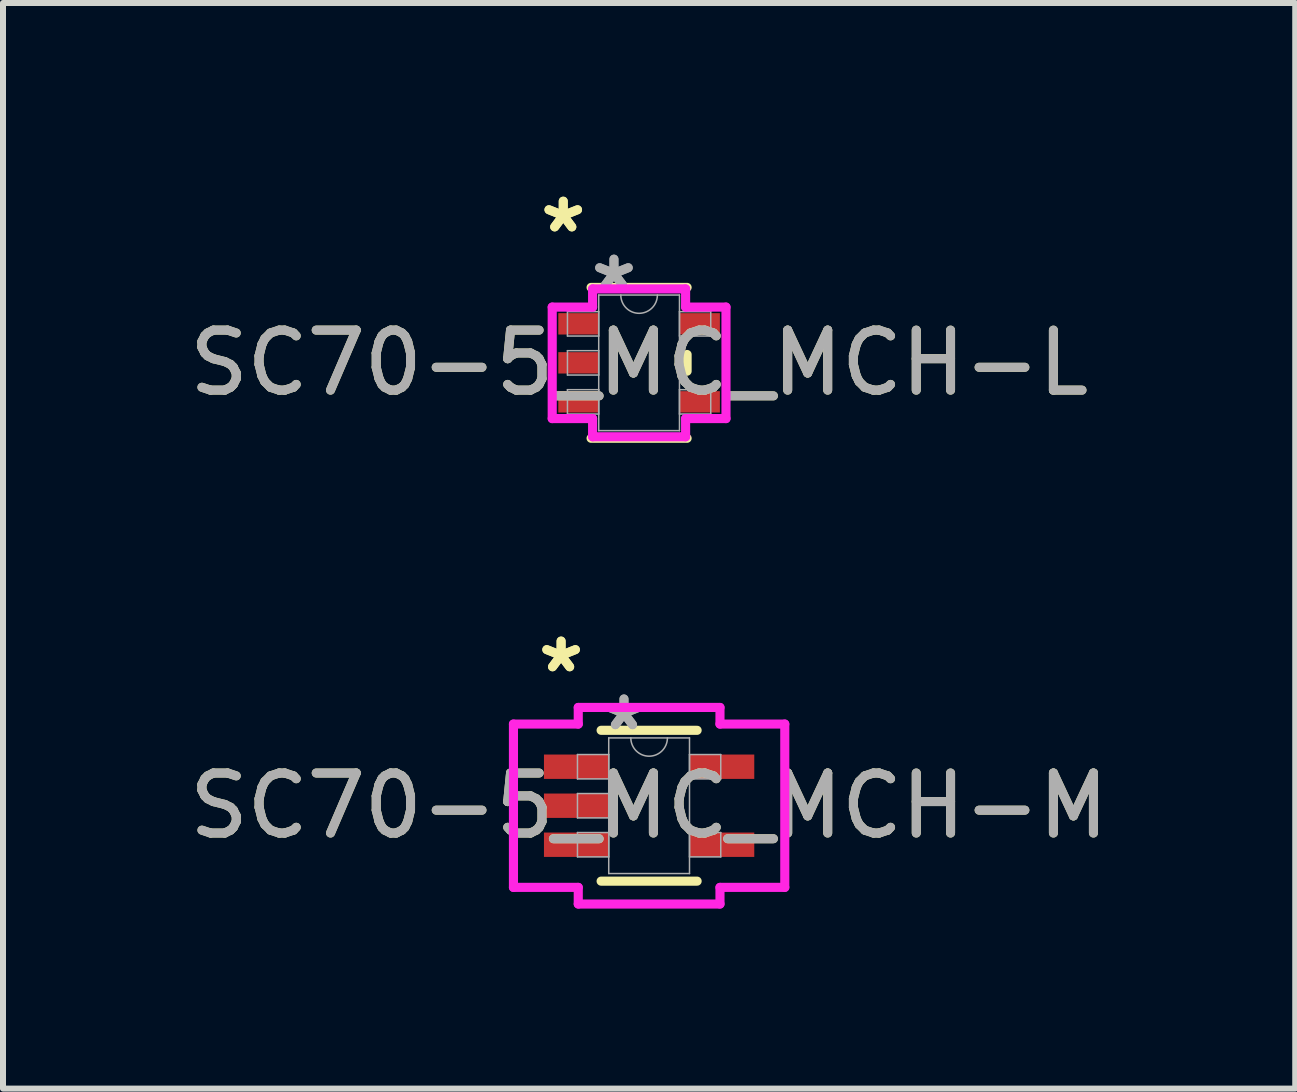
<source format=kicad_pcb>
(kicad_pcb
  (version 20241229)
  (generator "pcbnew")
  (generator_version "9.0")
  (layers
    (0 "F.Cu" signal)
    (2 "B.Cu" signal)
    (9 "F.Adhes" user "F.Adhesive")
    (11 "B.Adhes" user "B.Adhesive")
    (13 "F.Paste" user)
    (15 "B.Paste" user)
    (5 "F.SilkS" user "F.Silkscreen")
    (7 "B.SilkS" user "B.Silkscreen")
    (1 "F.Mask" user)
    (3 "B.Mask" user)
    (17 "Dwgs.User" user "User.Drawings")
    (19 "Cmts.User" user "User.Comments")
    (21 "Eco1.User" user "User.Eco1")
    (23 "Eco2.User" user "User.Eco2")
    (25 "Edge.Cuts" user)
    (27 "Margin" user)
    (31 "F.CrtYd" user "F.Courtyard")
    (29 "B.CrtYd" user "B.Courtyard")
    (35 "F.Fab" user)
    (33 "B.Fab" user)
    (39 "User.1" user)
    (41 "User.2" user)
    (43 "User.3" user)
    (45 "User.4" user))
  (footprint "SC70-5_MC_MCH-L"
    (layer "F.Cu")
    (at 7.601 2.997)
    (property "Reference" "SC70-5_MC_MCH-L" (at 0 0 0) (unlocked yes) (layer "F.SilkS") (effects (font (size 1 1) (thickness 0.15))))
    (attr smd)
    (fp_line (start -0.8 1.257) (end 0.8 1.257) (stroke (width 0.152) (type solid)) (layer "F.SilkS"))
    (fp_line (start 0.8 -1.257) (end -0.8 -1.257) (stroke (width 0.152) (type solid)) (layer "F.SilkS"))
    (fp_line (start 0.8 0.139) (end 0.8 -0.139) (stroke (width 0.152) (type solid)) (layer "F.SilkS"))
    (fp_line (start -1.448 -0.929) (end -0.775 -0.929) (stroke (width 0.152) (type solid)) (layer "F.CrtYd"))
    (fp_line (start -1.448 0.929) (end -1.448 -0.929) (stroke (width 0.152) (type solid)) (layer "F.CrtYd"))
    (fp_line (start -0.775 -1.232) (end 0.775 -1.232) (stroke (width 0.152) (type solid)) (layer "F.CrtYd"))
    (fp_line (start -0.775 -0.929) (end -0.775 -1.232) (stroke (width 0.152) (type solid)) (layer "F.CrtYd"))
    (fp_line (start -0.775 0.929) (end -1.448 0.929) (stroke (width 0.152) (type solid)) (layer "F.CrtYd"))
    (fp_line (start -0.775 1.232) (end -0.775 0.929) (stroke (width 0.152) (type solid)) (layer "F.CrtYd"))
    (fp_line (start 0.775 -1.232) (end 0.775 -0.929) (stroke (width 0.152) (type solid)) (layer "F.CrtYd"))
    (fp_line (start 0.775 -0.929) (end 1.448 -0.929) (stroke (width 0.152) (type solid)) (layer "F.CrtYd"))
    (fp_line (start 0.775 0.929) (end 0.775 1.232) (stroke (width 0.152) (type solid)) (layer "F.CrtYd"))
    (fp_line (start 0.775 1.232) (end -0.775 1.232) (stroke (width 0.152) (type solid)) (layer "F.CrtYd"))
    (fp_line (start 1.448 -0.929) (end 1.448 0.929) (stroke (width 0.152) (type solid)) (layer "F.CrtYd"))
    (fp_line (start 1.448 0.929) (end 0.775 0.929) (stroke (width 0.152) (type solid)) (layer "F.CrtYd"))
    (fp_line (start -1.194 -0.853) (end -1.194 -0.447) (stroke (width 0.025) (type solid)) (layer "F.Fab"))
    (fp_line (start -1.194 -0.447) (end -0.673 -0.447) (stroke (width 0.025) (type solid)) (layer "F.Fab"))
    (fp_line (start -1.194 -0.203) (end -1.194 0.203) (stroke (width 0.025) (type solid)) (layer "F.Fab"))
    (fp_line (start -1.194 0.203) (end -0.673 0.203) (stroke (width 0.025) (type solid)) (layer "F.Fab"))
    (fp_line (start -1.194 0.447) (end -1.194 0.853) (stroke (width 0.025) (type solid)) (layer "F.Fab"))
    (fp_line (start -1.194 0.853) (end -0.673 0.853) (stroke (width 0.025) (type solid)) (layer "F.Fab"))
    (fp_line (start -0.673 -1.13) (end -0.673 1.13) (stroke (width 0.025) (type solid)) (layer "F.Fab"))
    (fp_line (start -0.673 -0.853) (end -1.194 -0.853) (stroke (width 0.025) (type solid)) (layer "F.Fab"))
    (fp_line (start -0.673 -0.447) (end -0.673 -0.853) (stroke (width 0.025) (type solid)) (layer "F.Fab"))
    (fp_line (start -0.673 -0.203) (end -1.194 -0.203) (stroke (width 0.025) (type solid)) (layer "F.Fab"))
    (fp_line (start -0.673 0.203) (end -0.673 -0.203) (stroke (width 0.025) (type solid)) (layer "F.Fab"))
    (fp_line (start -0.673 0.447) (end -1.194 0.447) (stroke (width 0.025) (type solid)) (layer "F.Fab"))
    (fp_line (start -0.673 0.853) (end -0.673 0.447) (stroke (width 0.025) (type solid)) (layer "F.Fab"))
    (fp_line (start -0.673 1.13) (end 0.673 1.13) (stroke (width 0.025) (type solid)) (layer "F.Fab"))
    (fp_line (start 0.673 -1.13) (end -0.673 -1.13) (stroke (width 0.025) (type solid)) (layer "F.Fab"))
    (fp_line (start 0.673 -0.853) (end 0.673 -0.447) (stroke (width 0.025) (type solid)) (layer "F.Fab"))
    (fp_line (start 0.673 -0.447) (end 1.194 -0.447) (stroke (width 0.025) (type solid)) (layer "F.Fab"))
    (fp_line (start 0.673 0.447) (end 0.673 0.853) (stroke (width 0.025) (type solid)) (layer "F.Fab"))
    (fp_line (start 0.673 0.853) (end 1.194 0.853) (stroke (width 0.025) (type solid)) (layer "F.Fab"))
    (fp_line (start 0.673 1.13) (end 0.673 -1.13) (stroke (width 0.025) (type solid)) (layer "F.Fab"))
    (fp_line (start 1.194 -0.853) (end 0.673 -0.853) (stroke (width 0.025) (type solid)) (layer "F.Fab"))
    (fp_line (start 1.194 -0.447) (end 1.194 -0.853) (stroke (width 0.025) (type solid)) (layer "F.Fab"))
    (fp_line (start 1.194 0.447) (end 0.673 0.447) (stroke (width 0.025) (type solid)) (layer "F.Fab"))
    (fp_line (start 1.194 0.853) (end 1.194 0.447) (stroke (width 0.025) (type solid)) (layer "F.Fab"))
    (fp_arc (start 0.3048 -1.1303) (mid 0 -0.8255) (end -0.3048 -1.1303) (stroke (width 0.0254) (type solid)) (layer "F.Fab"))
    (fp_text user "*" (at -1.264 -2.149 0) (layer "F.SilkS") (effects (font (size 1 1) (thickness 0.15))))
    (fp_text user "*" (at -1.264 -2.149 0) (unlocked yes) (layer "F.SilkS") (effects (font (size 1 1) (thickness 0.15))))
    (fp_text user "*" (at -0.419 -1.183 0) (layer "F.Fab") (effects (font (size 1 1) (thickness 0.15))))
    (fp_text user "${REFERENCE}" (at 0 0 0) (unlocked yes) (layer "F.Fab") (effects (font (size 1 1) (thickness 0.15))))
    (fp_text user "*" (at -0.419 -1.183 0) (unlocked yes) (layer "F.Fab") (effects (font (size 1 1) (thickness 0.15))))
    (pad "1" smd rect (at -1.01 -0.65) (size 0.673 0.356) (layers "F.Cu" "F.Mask" "F.Paste"))
    (pad "2" smd rect (at -1.01 0) (size 0.673 0.356) (layers "F.Cu" "F.Mask" "F.Paste"))
    (pad "3" smd rect (at -1.01 0.65) (size 0.673 0.356) (layers "F.Cu" "F.Mask" "F.Paste"))
    (pad "4" smd rect (at 1.01 0.65) (size 0.673 0.356) (layers "F.Cu" "F.Mask" "F.Paste"))
    (pad "5" smd rect (at 1.01 -0.65) (size 0.673 0.356) (layers "F.Cu" "F.Mask" "F.Paste")))
  (footprint "SC70-5_MC_MCH-M"
    (layer "F.Cu")
    (at 7.768 10.378)
    (property "Reference" "SC70-5_MC_MCH-M" (at 0 0 0) (unlocked yes) (layer "F.SilkS") (effects (font (size 1 1) (thickness 0.15))))
    (attr smd)
    (fp_line (start -0.8 1.257) (end 0.8 1.257) (stroke (width 0.152) (type solid)) (layer "F.SilkS"))
    (fp_line (start 0.8 -1.257) (end -0.8 -1.257) (stroke (width 0.152) (type solid)) (layer "F.SilkS"))
    (fp_line (start -2.261 -1.361) (end -1.181 -1.361) (stroke (width 0.152) (type solid)) (layer "F.CrtYd"))
    (fp_line (start -2.261 1.361) (end -2.261 -1.361) (stroke (width 0.152) (type solid)) (layer "F.CrtYd"))
    (fp_line (start -1.181 -1.638) (end 1.181 -1.638) (stroke (width 0.152) (type solid)) (layer "F.CrtYd"))
    (fp_line (start -1.181 -1.361) (end -1.181 -1.638) (stroke (width 0.152) (type solid)) (layer "F.CrtYd"))
    (fp_line (start -1.181 1.361) (end -2.261 1.361) (stroke (width 0.152) (type solid)) (layer "F.CrtYd"))
    (fp_line (start -1.181 1.638) (end -1.181 1.361) (stroke (width 0.152) (type solid)) (layer "F.CrtYd"))
    (fp_line (start 1.181 -1.638) (end 1.181 -1.361) (stroke (width 0.152) (type solid)) (layer "F.CrtYd"))
    (fp_line (start 1.181 -1.361) (end 2.261 -1.361) (stroke (width 0.152) (type solid)) (layer "F.CrtYd"))
    (fp_line (start 1.181 1.361) (end 1.181 1.638) (stroke (width 0.152) (type solid)) (layer "F.CrtYd"))
    (fp_line (start 1.181 1.638) (end -1.181 1.638) (stroke (width 0.152) (type solid)) (layer "F.CrtYd"))
    (fp_line (start 2.261 -1.361) (end 2.261 1.361) (stroke (width 0.152) (type solid)) (layer "F.CrtYd"))
    (fp_line (start 2.261 1.361) (end 1.181 1.361) (stroke (width 0.152) (type solid)) (layer "F.CrtYd"))
    (fp_line (start -1.194 -0.853) (end -1.194 -0.447) (stroke (width 0.025) (type solid)) (layer "F.Fab"))
    (fp_line (start -1.194 -0.447) (end -0.673 -0.447) (stroke (width 0.025) (type solid)) (layer "F.Fab"))
    (fp_line (start -1.194 -0.203) (end -1.194 0.203) (stroke (width 0.025) (type solid)) (layer "F.Fab"))
    (fp_line (start -1.194 0.203) (end -0.673 0.203) (stroke (width 0.025) (type solid)) (layer "F.Fab"))
    (fp_line (start -1.194 0.447) (end -1.194 0.853) (stroke (width 0.025) (type solid)) (layer "F.Fab"))
    (fp_line (start -1.194 0.853) (end -0.673 0.853) (stroke (width 0.025) (type solid)) (layer "F.Fab"))
    (fp_line (start -0.673 -1.13) (end -0.673 1.13) (stroke (width 0.025) (type solid)) (layer "F.Fab"))
    (fp_line (start -0.673 -0.853) (end -1.194 -0.853) (stroke (width 0.025) (type solid)) (layer "F.Fab"))
    (fp_line (start -0.673 -0.447) (end -0.673 -0.853) (stroke (width 0.025) (type solid)) (layer "F.Fab"))
    (fp_line (start -0.673 -0.203) (end -1.194 -0.203) (stroke (width 0.025) (type solid)) (layer "F.Fab"))
    (fp_line (start -0.673 0.203) (end -0.673 -0.203) (stroke (width 0.025) (type solid)) (layer "F.Fab"))
    (fp_line (start -0.673 0.447) (end -1.194 0.447) (stroke (width 0.025) (type solid)) (layer "F.Fab"))
    (fp_line (start -0.673 0.853) (end -0.673 0.447) (stroke (width 0.025) (type solid)) (layer "F.Fab"))
    (fp_line (start -0.673 1.13) (end 0.673 1.13) (stroke (width 0.025) (type solid)) (layer "F.Fab"))
    (fp_line (start 0.673 -1.13) (end -0.673 -1.13) (stroke (width 0.025) (type solid)) (layer "F.Fab"))
    (fp_line (start 0.673 -0.853) (end 0.673 -0.447) (stroke (width 0.025) (type solid)) (layer "F.Fab"))
    (fp_line (start 0.673 -0.447) (end 1.194 -0.447) (stroke (width 0.025) (type solid)) (layer "F.Fab"))
    (fp_line (start 0.673 0.447) (end 0.673 0.853) (stroke (width 0.025) (type solid)) (layer "F.Fab"))
    (fp_line (start 0.673 0.853) (end 1.194 0.853) (stroke (width 0.025) (type solid)) (layer "F.Fab"))
    (fp_line (start 0.673 1.13) (end 0.673 -1.13) (stroke (width 0.025) (type solid)) (layer "F.Fab"))
    (fp_line (start 1.194 -0.853) (end 0.673 -0.853) (stroke (width 0.025) (type solid)) (layer "F.Fab"))
    (fp_line (start 1.194 -0.447) (end 1.194 -0.853) (stroke (width 0.025) (type solid)) (layer "F.Fab"))
    (fp_line (start 1.194 0.447) (end 0.673 0.447) (stroke (width 0.025) (type solid)) (layer "F.Fab"))
    (fp_line (start 1.194 0.853) (end 1.194 0.447) (stroke (width 0.025) (type solid)) (layer "F.Fab"))
    (fp_arc (start 0.3048 -1.1303) (mid 0 -0.8255) (end -0.3048 -1.1303) (stroke (width 0.0254) (type solid)) (layer "F.Fab"))
    (fp_text user "*" (at -1.467 -2.199 0) (unlocked yes) (layer "F.SilkS") (effects (font (size 1 1) (thickness 0.15))))
    (fp_text user "*" (at -1.467 -2.199 0) (layer "F.SilkS") (effects (font (size 1 1) (thickness 0.15))))
    (fp_text user "*" (at -0.419 -1.234 0) (layer "F.Fab") (effects (font (size 1 1) (thickness 0.15))))
    (fp_text user "${REFERENCE}" (at 0 0 0) (unlocked yes) (layer "F.Fab") (effects (font (size 1 1) (thickness 0.15))))
    (fp_text user "*" (at -0.419 -1.234 0) (unlocked yes) (layer "F.Fab") (effects (font (size 1 1) (thickness 0.15))))
    (pad "1" smd rect (at -1.213 -0.65) (size 1.079 0.406) (layers "F.Cu" "F.Mask" "F.Paste"))
    (pad "2" smd rect (at -1.213 0) (size 1.079 0.406) (layers "F.Cu" "F.Mask" "F.Paste"))
    (pad "3" smd rect (at -1.213 0.65) (size 1.079 0.406) (layers "F.Cu" "F.Mask" "F.Paste"))
    (pad "4" smd rect (at 1.213 0.65) (size 1.079 0.406) (layers "F.Cu" "F.Mask" "F.Paste"))
    (pad "5" smd rect (at 1.213 -0.65) (size 1.079 0.406) (layers "F.Cu" "F.Mask" "F.Paste")))
  (gr_rect
    (start -3 -3)
    (end 18.536 15.092)
    (stroke (width 0.1) (type default))
    (fill no)
    (layer "Edge.Cuts")))
</source>
